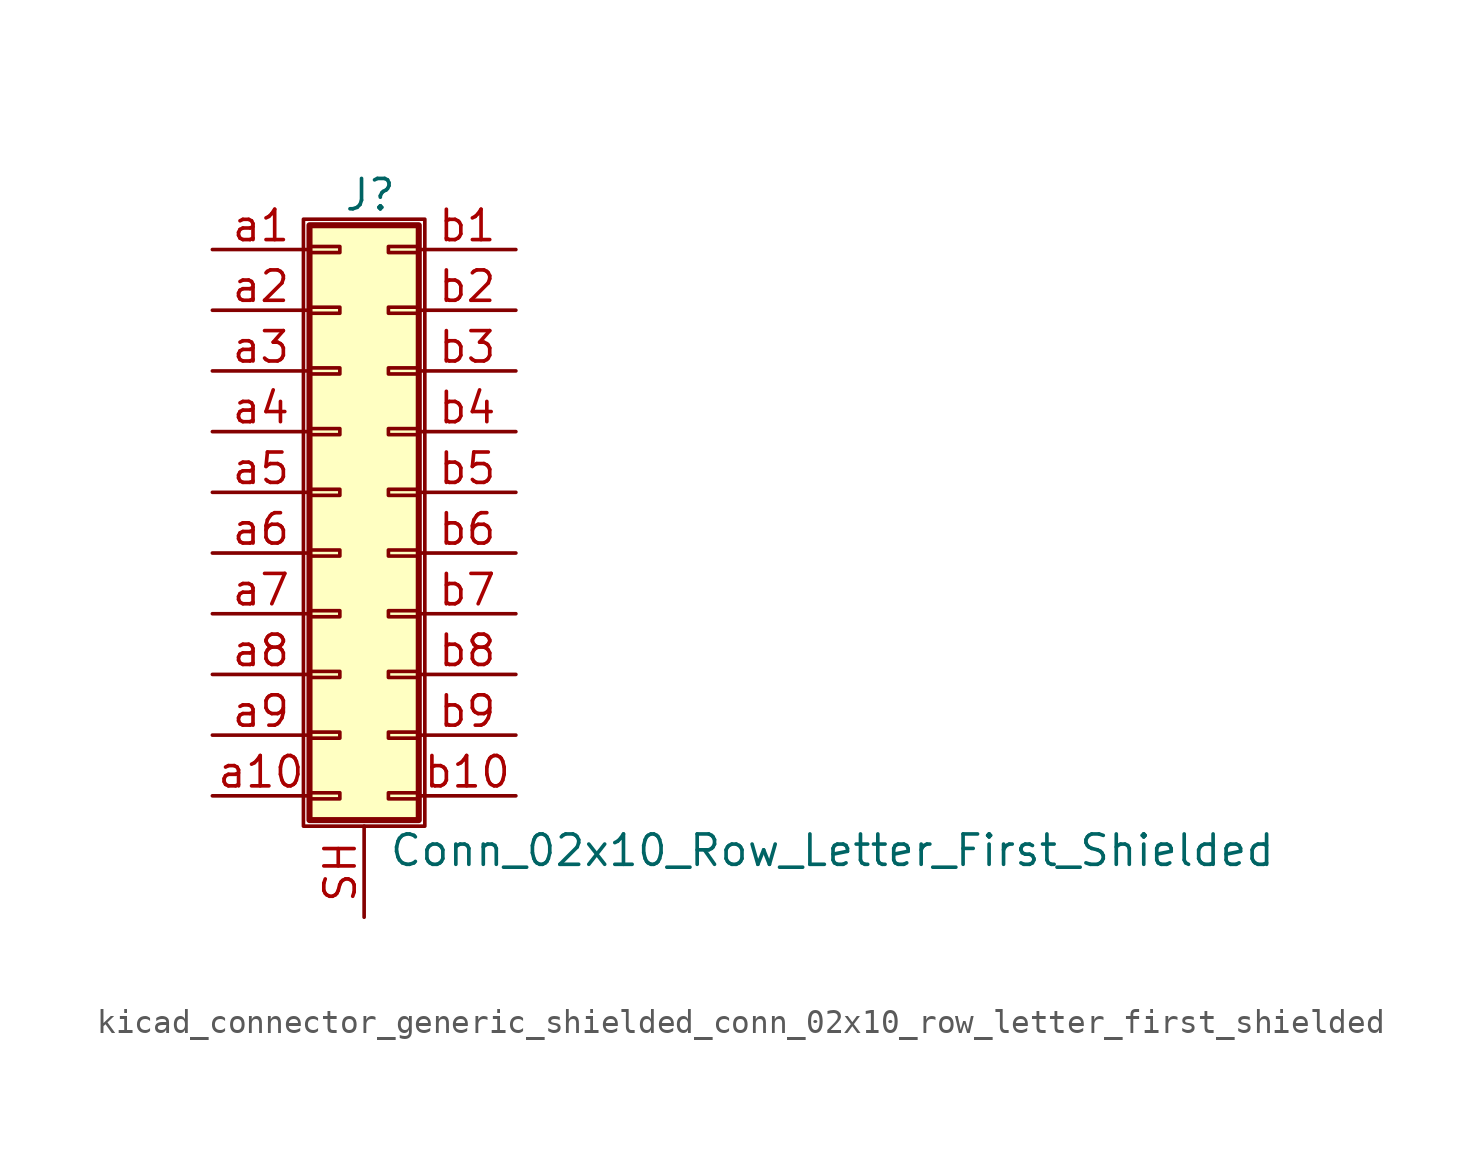
<source format=kicad_sym>
(kicad_symbol_lib
  (version 20220914)
  (generator kicad_symbol_editor)
  (symbol "kicad_connector_generic_shielded_conn_02x10_row_letter_first_shielded"
    (pin_names
      (offset 1.016) hide)
    (property "Reference" "J"
      (at 1.524 12.446 0)
      (effects (font (size 1.27 1.27))))
    (property "Value" "Conn_02x10_Row_Letter_First_Shielded"
      (at 2.286 -14.986 0)
      (effects (font (size 1.27 1.27)) (justify left)))
    (symbol "kicad_connector_generic_shielded_conn_02x10_row_letter_first_shielded_1_1"
      (rectangle (start -1.27 11.43) (end 3.81 -13.97) (stroke (width 0.152) (type default)) (fill (type none)))
      (rectangle (start -1.016 -12.573) (end 0.254 -12.827) (stroke (width 0.152) (type default)) (fill (type none)))
      (rectangle (start -1.016 -10.033) (end 0.254 -10.287) (stroke (width 0.152) (type default)) (fill (type none)))
      (rectangle (start -1.016 -7.493) (end 0.254 -7.747) (stroke (width 0.152) (type default)) (fill (type none)))
      (rectangle (start -1.016 -4.953) (end 0.254 -5.207) (stroke (width 0.152) (type default)) (fill (type none)))
      (rectangle (start -1.016 -2.413) (end 0.254 -2.667) (stroke (width 0.152) (type default)) (fill (type none)))
      (rectangle (start -1.016 0.127) (end 0.254 -0.127) (stroke (width 0.152) (type default)) (fill (type none)))
      (rectangle (start -1.016 2.667) (end 0.254 2.413) (stroke (width 0.152) (type default)) (fill (type none)))
      (rectangle (start -1.016 5.207) (end 0.254 4.953) (stroke (width 0.152) (type default)) (fill (type none)))
      (rectangle (start -1.016 7.747) (end 0.254 7.493) (stroke (width 0.152) (type default)) (fill (type none)))
      (rectangle (start -1.016 10.287) (end 0.254 10.033) (stroke (width 0.152) (type default)) (fill (type none)))
      (rectangle (start -1.016 11.176) (end 3.556 -13.716) (stroke (width 0.254) (type default)) (fill (type background)))
      (rectangle (start 3.556 -12.573) (end 2.286 -12.827) (stroke (width 0.152) (type default)) (fill (type none)))
      (rectangle (start 3.556 -10.033) (end 2.286 -10.287) (stroke (width 0.152) (type default)) (fill (type none)))
      (rectangle (start 3.556 -7.493) (end 2.286 -7.747) (stroke (width 0.152) (type default)) (fill (type none)))
      (rectangle (start 3.556 -4.953) (end 2.286 -5.207) (stroke (width 0.152) (type default)) (fill (type none)))
      (rectangle (start 3.556 -2.413) (end 2.286 -2.667) (stroke (width 0.152) (type default)) (fill (type none)))
      (rectangle (start 3.556 0.127) (end 2.286 -0.127) (stroke (width 0.152) (type default)) (fill (type none)))
      (rectangle (start 3.556 2.667) (end 2.286 2.413) (stroke (width 0.152) (type default)) (fill (type none)))
      (rectangle (start 3.556 5.207) (end 2.286 4.953) (stroke (width 0.152) (type default)) (fill (type none)))
      (rectangle (start 3.556 7.747) (end 2.286 7.493) (stroke (width 0.152) (type default)) (fill (type none)))
      (rectangle (start 3.556 10.287) (end 2.286 10.033) (stroke (width 0.152) (type default)) (fill (type none)))
      (pin passive line (at 1.27 -17.78 90) (length 3.81) (name "Shield" (effects (font (size 1.27 1.27)))) (number "SH" (effects (font (size 1.27 1.27)))))
      (pin passive line (at -5.08 10.16 0) (length 4.064) (name "Pin_a1" (effects (font (size 1.27 1.27)))) (number "a1" (effects (font (size 1.27 1.27)))))
      (pin passive line (at -5.08 -12.7 0) (length 4.064) (name "Pin_a10" (effects (font (size 1.27 1.27)))) (number "a10" (effects (font (size 1.27 1.27)))))
      (pin passive line (at -5.08 7.62 0) (length 4.064) (name "Pin_a2" (effects (font (size 1.27 1.27)))) (number "a2" (effects (font (size 1.27 1.27)))))
      (pin passive line (at -5.08 5.08 0) (length 4.064) (name "Pin_a3" (effects (font (size 1.27 1.27)))) (number "a3" (effects (font (size 1.27 1.27)))))
      (pin passive line (at -5.08 2.54 0) (length 4.064) (name "Pin_a4" (effects (font (size 1.27 1.27)))) (number "a4" (effects (font (size 1.27 1.27)))))
      (pin passive line (at -5.08 0 0) (length 4.064) (name "Pin_a5" (effects (font (size 1.27 1.27)))) (number "a5" (effects (font (size 1.27 1.27)))))
      (pin passive line (at -5.08 -2.54 0) (length 4.064) (name "Pin_a6" (effects (font (size 1.27 1.27)))) (number "a6" (effects (font (size 1.27 1.27)))))
      (pin passive line (at -5.08 -5.08 0) (length 4.064) (name "Pin_a7" (effects (font (size 1.27 1.27)))) (number "a7" (effects (font (size 1.27 1.27)))))
      (pin passive line (at -5.08 -7.62 0) (length 4.064) (name "Pin_a8" (effects (font (size 1.27 1.27)))) (number "a8" (effects (font (size 1.27 1.27)))))
      (pin passive line (at -5.08 -10.16 0) (length 4.064) (name "Pin_a9" (effects (font (size 1.27 1.27)))) (number "a9" (effects (font (size 1.27 1.27)))))
      (pin passive line (at 7.62 10.16 180) (length 4.064) (name "Pin_b1" (effects (font (size 1.27 1.27)))) (number "b1" (effects (font (size 1.27 1.27)))))
      (pin passive line (at 7.62 -12.7 180) (length 4.064) (name "Pin_b10" (effects (font (size 1.27 1.27)))) (number "b10" (effects (font (size 1.27 1.27)))))
      (pin passive line (at 7.62 7.62 180) (length 4.064) (name "Pin_b2" (effects (font (size 1.27 1.27)))) (number "b2" (effects (font (size 1.27 1.27)))))
      (pin passive line (at 7.62 5.08 180) (length 4.064) (name "Pin_b3" (effects (font (size 1.27 1.27)))) (number "b3" (effects (font (size 1.27 1.27)))))
      (pin passive line (at 7.62 2.54 180) (length 4.064) (name "Pin_b4" (effects (font (size 1.27 1.27)))) (number "b4" (effects (font (size 1.27 1.27)))))
      (pin passive line (at 7.62 0 180) (length 4.064) (name "Pin_b5" (effects (font (size 1.27 1.27)))) (number "b5" (effects (font (size 1.27 1.27)))))
      (pin passive line (at 7.62 -2.54 180) (length 4.064) (name "Pin_b6" (effects (font (size 1.27 1.27)))) (number "b6" (effects (font (size 1.27 1.27)))))
      (pin passive line (at 7.62 -5.08 180) (length 4.064) (name "Pin_b7" (effects (font (size 1.27 1.27)))) (number "b7" (effects (font (size 1.27 1.27)))))
      (pin passive line (at 7.62 -7.62 180) (length 4.064) (name "Pin_b8" (effects (font (size 1.27 1.27)))) (number "b8" (effects (font (size 1.27 1.27)))))
      (pin passive line (at 7.62 -10.16 180) (length 4.064) (name "Pin_b9" (effects (font (size 1.27 1.27)))) (number "b9" (effects (font (size 1.27 1.27))))))))
</source>
